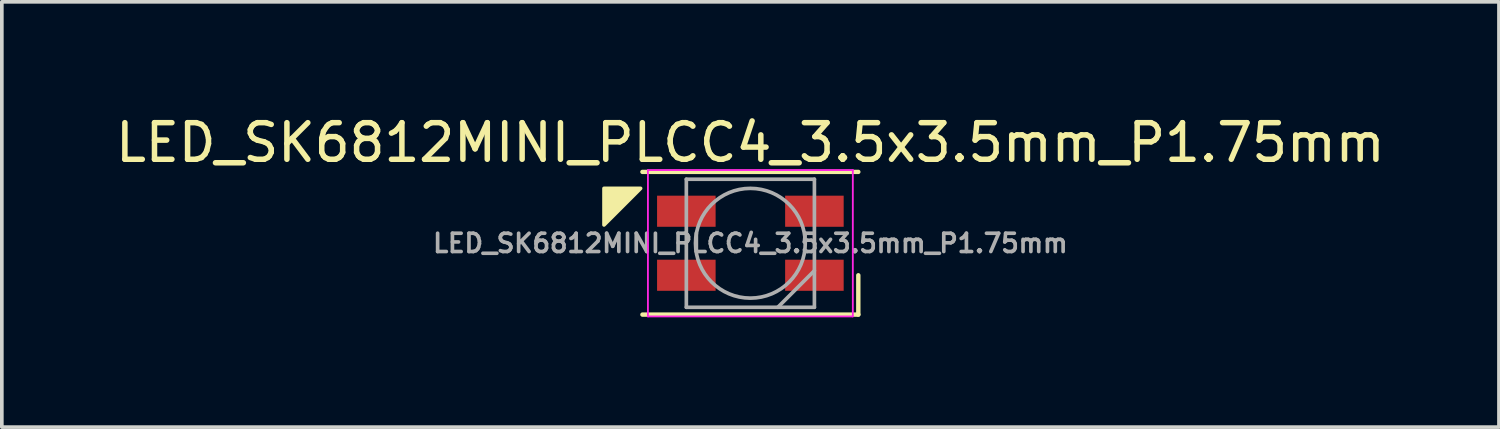
<source format=kicad_pcb>
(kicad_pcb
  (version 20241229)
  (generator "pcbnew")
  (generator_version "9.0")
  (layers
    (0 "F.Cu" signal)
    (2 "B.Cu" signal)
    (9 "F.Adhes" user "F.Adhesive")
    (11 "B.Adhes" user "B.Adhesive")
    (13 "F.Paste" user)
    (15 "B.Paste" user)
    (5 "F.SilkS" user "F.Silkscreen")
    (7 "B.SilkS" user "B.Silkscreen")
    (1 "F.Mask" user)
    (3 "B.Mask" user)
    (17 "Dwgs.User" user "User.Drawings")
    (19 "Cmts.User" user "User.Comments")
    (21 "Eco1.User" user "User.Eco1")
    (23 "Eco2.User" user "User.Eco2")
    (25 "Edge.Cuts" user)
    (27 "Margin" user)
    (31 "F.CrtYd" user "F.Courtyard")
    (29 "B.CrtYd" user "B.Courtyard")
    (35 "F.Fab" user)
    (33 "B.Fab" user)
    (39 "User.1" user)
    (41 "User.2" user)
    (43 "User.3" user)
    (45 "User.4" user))
  (footprint "LED_SK6812MINI_PLCC4_3.5x3.5mm_P1.75mm"
    (layer "F.Cu")
    (at 17.458 3.598)
    (property "Reference" "LED_SK6812MINI_PLCC4_3.5x3.5mm_P1.75mm" (at 0 -2.75 0) (layer "F.SilkS") (effects (font (size 1 1) (thickness 0.15))))
    (attr smd)
    (fp_line (start -2.95 -1.95) (end 2.95 -1.95) (stroke (width 0.12) (type solid)) (layer "F.SilkS"))
    (fp_line (start -2.95 1.95) (end 2.95 1.95) (stroke (width 0.12) (type solid)) (layer "F.SilkS"))
    (fp_line (start 2.95 1.95) (end 2.95 0.875) (stroke (width 0.12) (type solid)) (layer "F.SilkS"))
    (fp_poly (pts (xy -4 -1.5) (xy -3 -1.5) (xy -4 -0.5)) (stroke (width 0.1) (type solid)) (fill yes) (layer "F.SilkS"))
    (fp_line (start -2.8 -2) (end -2.8 2) (stroke (width 0.05) (type solid)) (layer "F.CrtYd"))
    (fp_line (start -2.8 2) (end 2.8 2) (stroke (width 0.05) (type solid)) (layer "F.CrtYd"))
    (fp_line (start 2.8 -2) (end -2.8 -2) (stroke (width 0.05) (type solid)) (layer "F.CrtYd"))
    (fp_line (start 2.8 2) (end 2.8 -2) (stroke (width 0.05) (type solid)) (layer "F.CrtYd"))
    (fp_line (start -1.75 -1.75) (end -1.75 1.75) (stroke (width 0.1) (type solid)) (layer "F.Fab"))
    (fp_line (start -1.75 1.75) (end 1.75 1.75) (stroke (width 0.1) (type solid)) (layer "F.Fab"))
    (fp_line (start 1.75 -1.75) (end -1.75 -1.75) (stroke (width 0.1) (type solid)) (layer "F.Fab"))
    (fp_line (start 1.75 0.75) (end 0.75 1.75) (stroke (width 0.1) (type solid)) (layer "F.Fab"))
    (fp_line (start 1.75 1.75) (end 1.75 -1.75) (stroke (width 0.1) (type solid)) (layer "F.Fab"))
    (fp_circle (center 0 0) (end 0 -1.5) (stroke (width 0.1) (type solid)) (fill no) (layer "F.Fab"))
    (fp_text user "${REFERENCE}" (at 0 0 0) (layer "F.Fab") (effects (font (size 0.5 0.5) (thickness 0.1))))
    (pad "1" smd rect (at -1.75 -0.875) (size 1.6 0.85) (layers "F.Cu" "F.Mask" "F.Paste"))
    (pad "2" smd rect (at -1.75 0.875) (size 1.6 0.85) (layers "F.Cu" "F.Mask" "F.Paste"))
    (pad "3" smd rect (at 1.75 0.875) (size 1.6 0.85) (layers "F.Cu" "F.Mask" "F.Paste"))
    (pad "4" smd rect (at 1.75 -0.875) (size 1.6 0.85) (layers "F.Cu" "F.Mask" "F.Paste")))
  (gr_rect
    (start -3 -3)
    (end 37.917 8.623)
    (stroke (width 0.1) (type default))
    (fill no)
    (layer "Edge.Cuts")))
</source>
